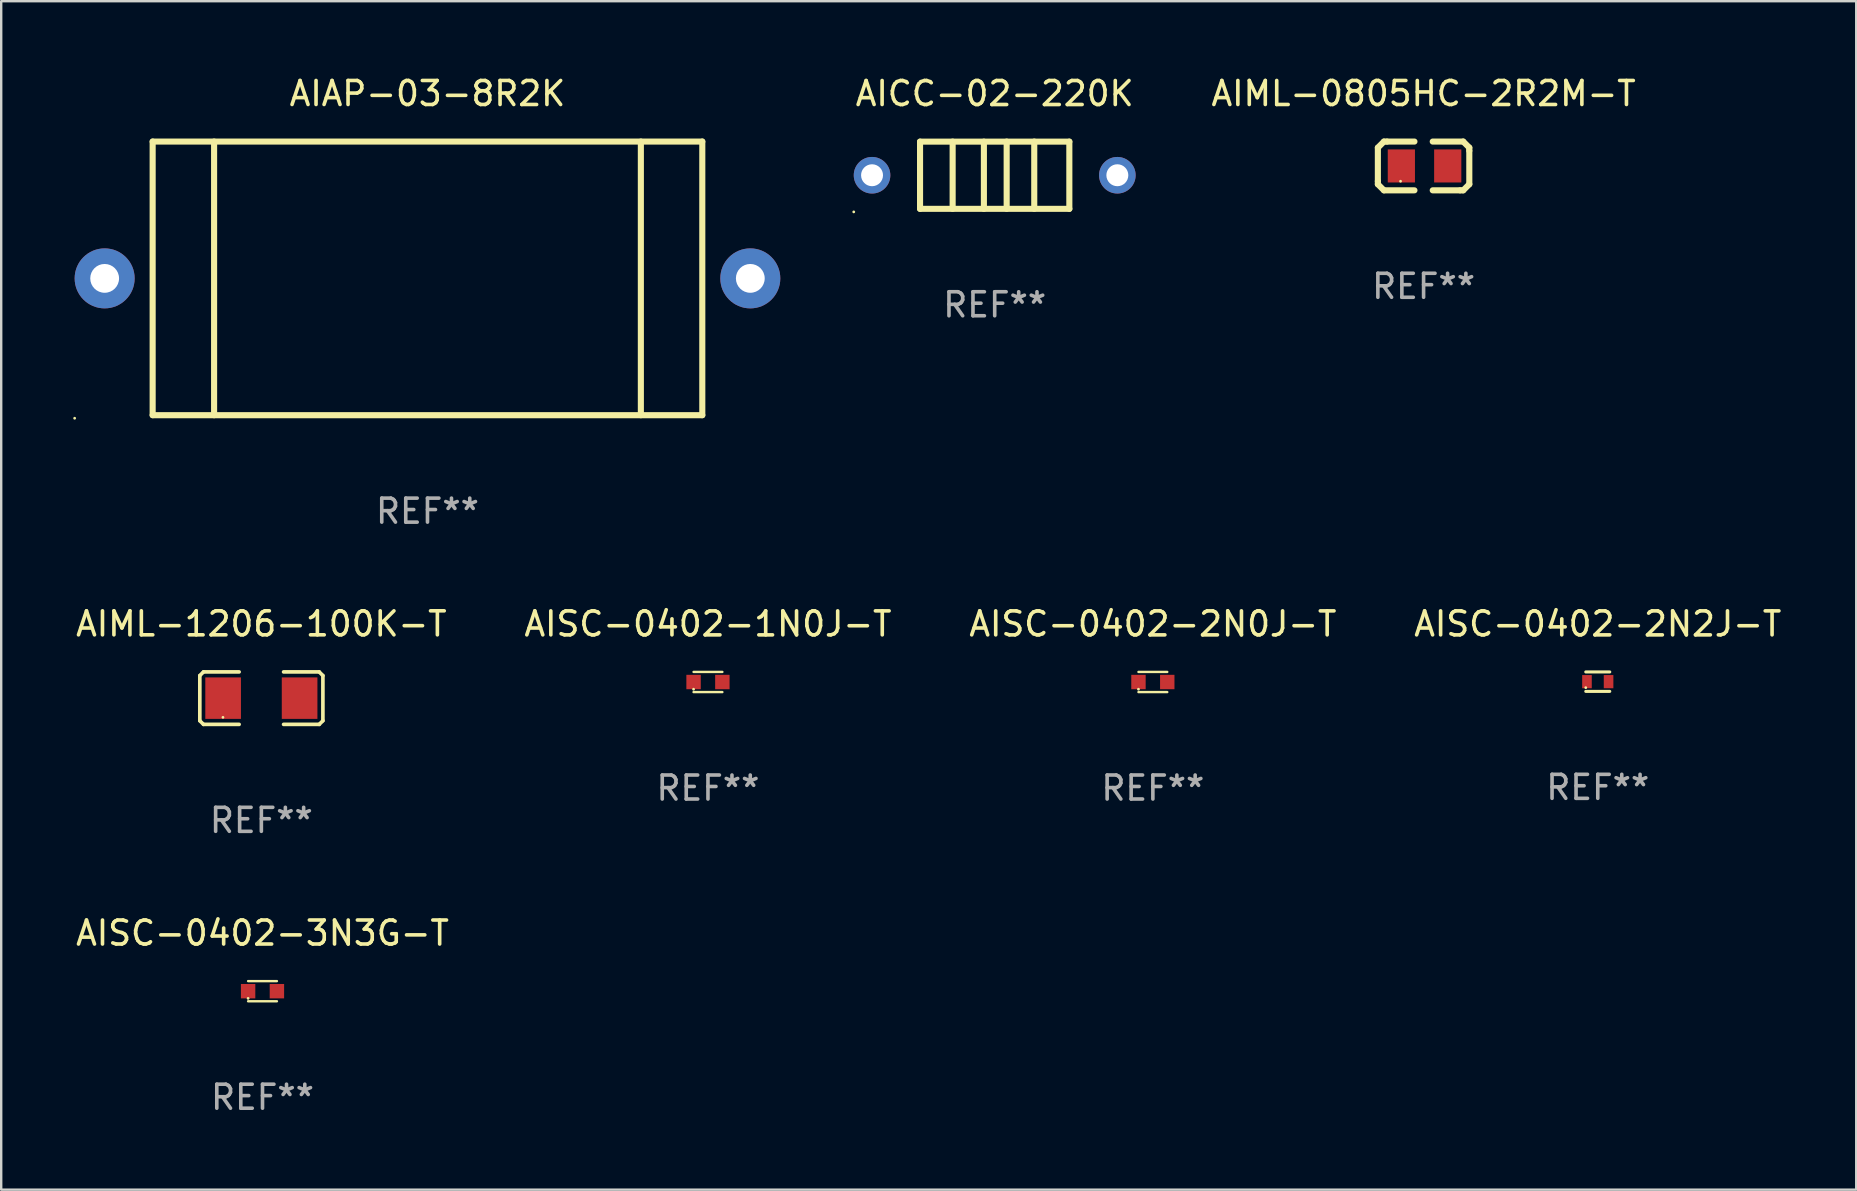
<source format=kicad_pcb>
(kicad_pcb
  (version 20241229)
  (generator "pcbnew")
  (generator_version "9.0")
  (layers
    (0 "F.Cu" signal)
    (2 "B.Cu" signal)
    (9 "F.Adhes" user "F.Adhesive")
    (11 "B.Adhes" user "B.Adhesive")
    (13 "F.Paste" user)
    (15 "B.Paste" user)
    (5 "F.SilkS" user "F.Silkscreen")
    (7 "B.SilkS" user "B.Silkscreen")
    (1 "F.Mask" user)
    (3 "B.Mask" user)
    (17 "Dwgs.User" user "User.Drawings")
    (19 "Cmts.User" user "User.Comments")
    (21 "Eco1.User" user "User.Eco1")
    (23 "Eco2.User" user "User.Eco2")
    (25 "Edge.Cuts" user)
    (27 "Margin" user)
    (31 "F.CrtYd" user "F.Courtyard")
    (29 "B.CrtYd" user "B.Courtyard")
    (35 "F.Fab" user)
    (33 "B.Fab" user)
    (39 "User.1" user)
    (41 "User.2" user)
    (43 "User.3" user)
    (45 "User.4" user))
  (footprint "AIML-1206-100K-T"
    (layer "F.Cu")
    (at 7.839 26.037)
    (property "Reference" "AIML-1206-100K-T" (at 0 -3.093 0) (layer "F.SilkS") (effects (font (size 1 1) (thickness 0.15))))
    (attr through_hole)
    (fp_line (start -2.564 -0.94) (end -2.411 -1.093) (stroke (width 0.152) (type solid)) (layer "F.SilkS"))
    (fp_line (start -2.564 0.94) (end -2.564 -0.94) (stroke (width 0.152) (type solid)) (layer "F.SilkS"))
    (fp_line (start -2.411 -1.093) (end -0.926 -1.093) (stroke (width 0.152) (type solid)) (layer "F.SilkS"))
    (fp_line (start -2.411 1.093) (end -2.564 0.94) (stroke (width 0.152) (type solid)) (layer "F.SilkS"))
    (fp_line (start -0.926 1.093) (end -2.411 1.093) (stroke (width 0.152) (type solid)) (layer "F.SilkS"))
    (fp_line (start 0.926 1.093) (end 2.411 1.093) (stroke (width 0.152) (type solid)) (layer "F.SilkS"))
    (fp_line (start 2.411 -1.093) (end 0.926 -1.093) (stroke (width 0.152) (type solid)) (layer "F.SilkS"))
    (fp_line (start 2.411 1.093) (end 2.564 0.94) (stroke (width 0.152) (type solid)) (layer "F.SilkS"))
    (fp_line (start 2.564 -0.94) (end 2.411 -1.093) (stroke (width 0.152) (type solid)) (layer "F.SilkS"))
    (fp_line (start 2.564 0.94) (end 2.564 -0.94) (stroke (width 0.152) (type solid)) (layer "F.SilkS"))
    (fp_circle (center -1.6 0.8) (end -1.57 0.8) (stroke (width 0.06) (type solid)) (fill no) (layer "F.SilkS"))
    (fp_text user "REF**" (at 0 5.093 0) (layer "F.Fab") (effects (font (size 1 1) (thickness 0.15))))
    (pad "1" smd rect (at -1.593 0) (size 1.485 1.728) (layers "F.Cu" "F.Mask" "F.Paste"))
    (pad "2" smd rect (at 1.593 0) (size 1.485 1.728) (layers "F.Cu" "F.Mask" "F.Paste")))
  (footprint "AIML-0805HC-2R2M-T"
    (layer "F.Cu")
    (at 56.261 3.864)
    (property "Reference" "AIML-0805HC-2R2M-T" (at 0 -3.016 0) (layer "F.SilkS") (effects (font (size 1 1) (thickness 0.15))))
    (attr through_hole)
    (fp_line (start -1.905 -0.762) (end -1.905 0.635) (stroke (width 0.254) (type solid)) (layer "F.SilkS"))
    (fp_line (start -1.905 0.635) (end -1.905 0.762) (stroke (width 0.254) (type solid)) (layer "F.SilkS"))
    (fp_line (start -1.905 0.762) (end -1.651 1.016) (stroke (width 0.254) (type solid)) (layer "F.SilkS"))
    (fp_line (start -1.651 -1.016) (end -1.905 -0.762) (stroke (width 0.254) (type solid)) (layer "F.SilkS"))
    (fp_line (start -1.651 1.016) (end -0.381 1.016) (stroke (width 0.254) (type solid)) (layer "F.SilkS"))
    (fp_line (start -1.524 -1.016) (end -1.651 -1.016) (stroke (width 0.254) (type solid)) (layer "F.SilkS"))
    (fp_line (start -0.381 -1.016) (end -1.524 -1.016) (stroke (width 0.254) (type solid)) (layer "F.SilkS"))
    (fp_line (start 0.381 1.016) (end 1.524 1.016) (stroke (width 0.254) (type solid)) (layer "F.SilkS"))
    (fp_line (start 1.524 1.016) (end 1.651 1.016) (stroke (width 0.254) (type solid)) (layer "F.SilkS"))
    (fp_line (start 1.651 -1.016) (end 0.381 -1.016) (stroke (width 0.254) (type solid)) (layer "F.SilkS"))
    (fp_line (start 1.651 1.016) (end 1.905 0.762) (stroke (width 0.254) (type solid)) (layer "F.SilkS"))
    (fp_line (start 1.905 -0.762) (end 1.651 -1.016) (stroke (width 0.254) (type solid)) (layer "F.SilkS"))
    (fp_line (start 1.905 -0.635) (end 1.905 -0.762) (stroke (width 0.254) (type solid)) (layer "F.SilkS"))
    (fp_line (start 1.905 0.762) (end 1.905 -0.635) (stroke (width 0.254) (type solid)) (layer "F.SilkS"))
    (fp_circle (center -0.96 0.637) (end -0.93 0.637) (stroke (width 0.06) (type solid)) (fill no) (layer "F.SilkS"))
    (fp_text user "REF**" (at 0 5.016 0) (layer "F.Fab") (effects (font (size 1 1) (thickness 0.15))))
    (pad "1" smd rect (at -0.926 -0.000051) (size 1.133 1.377) (layers "F.Cu" "F.Mask" "F.Paste"))
    (pad "2" smd rect (at 1.006 -0.000051) (size 1.133 1.377) (layers "F.Cu" "F.Mask" "F.Paste")))
  (footprint "AIAP-03-8R2K"
    (layer "F.Cu")
    (at 14.76 8.548)
    (property "Reference" "AIAP-03-8R2K" (at 0 -7.7 0) (layer "F.SilkS") (effects (font (size 1 1) (thickness 0.15))))
    (attr through_hole)
    (fp_line (start -11.45 -5.7) (end 11.45 -5.7) (stroke (width 0.254) (type solid)) (layer "F.SilkS"))
    (fp_line (start -11.45 5.7) (end -11.45 -5.7) (stroke (width 0.254) (type solid)) (layer "F.SilkS"))
    (fp_line (start -8.89 5.7) (end -8.89 -5.7) (stroke (width 0.254) (type solid)) (layer "F.SilkS"))
    (fp_line (start 8.89 5.7) (end 8.89 -5.7) (stroke (width 0.254) (type solid)) (layer "F.SilkS"))
    (fp_line (start 11.45 -5.7) (end 11.45 5.7) (stroke (width 0.254) (type solid)) (layer "F.SilkS"))
    (fp_line (start 11.45 5.7) (end -11.45 5.7) (stroke (width 0.254) (type solid)) (layer "F.SilkS"))
    (fp_circle (center -14.7 5.827) (end -14.67 5.827) (stroke (width 0.06) (type solid)) (fill no) (layer "F.SilkS"))
    (fp_text user "REF**" (at 0 9.7 0) (layer "F.Fab") (effects (font (size 1 1) (thickness 0.15))))
    (pad "1" thru_hole circle (at -13.45 0) (size 2.5 2.5) (drill 1.2) (layers "*.Cu" "*.Mask"))
    (pad "2" thru_hole circle (at 13.45 0) (size 2.5 2.5) (drill 1.2) (layers "*.Cu" "*.Mask")))
  (footprint "AISC-0402-2N2J-T"
    (layer "F.Cu")
    (at 63.518 25.35)
    (property "Reference" "AISC-0402-2N2J-T" (at 0 -2.405 0) (layer "F.SilkS") (effects (font (size 1 1) (thickness 0.15))))
    (attr through_hole)
    (fp_line (start -0.5 -0.405) (end 0.5 -0.405) (stroke (width 0.127) (type solid)) (layer "F.SilkS"))
    (fp_line (start -0.5 0.405) (end 0.5 0.405) (stroke (width 0.127) (type solid)) (layer "F.SilkS"))
    (fp_circle (center -0.5 0.25) (end -0.47 0.25) (stroke (width 0.06) (type solid)) (fill no) (layer "F.SilkS"))
    (fp_text user "REF**" (at 0 4.405 0) (layer "F.Fab") (effects (font (size 1 1) (thickness 0.15))))
    (pad "1" smd rect (at -0.45 0 90) (size 0.55 0.4) (layers "F.Cu" "F.Mask" "F.Paste"))
    (pad "2" smd rect (at 0.45 0 90) (size 0.55 0.4) (layers "F.Cu" "F.Mask" "F.Paste")))
  (footprint "AISC-0402-2N0J-T"
    (layer "F.Cu")
    (at 44.982 25.365)
    (property "Reference" "AISC-0402-2N0J-T" (at 0 -2.42 0) (layer "F.SilkS") (effects (font (size 1 1) (thickness 0.15))))
    (attr through_hole)
    (fp_line (start -0.6 -0.42) (end 0.6 -0.42) (stroke (width 0.1) (type solid)) (layer "F.SilkS"))
    (fp_line (start -0.6 0.42) (end 0.6 0.42) (stroke (width 0.1) (type solid)) (layer "F.SilkS"))
    (fp_circle (center -0.6 0.3) (end -0.57 0.3) (stroke (width 0.06) (type solid)) (fill no) (layer "F.SilkS"))
    (fp_text user "REF**" (at 0 4.42 0) (layer "F.Fab") (effects (font (size 1 1) (thickness 0.15))))
    (pad "1" smd rect (at -0.6 0) (size 0.6 0.6) (layers "F.Cu" "F.Mask" "F.Paste"))
    (pad "2" smd rect (at 0.6 0) (size 0.6 0.6) (layers "F.Cu" "F.Mask" "F.Paste")))
  (footprint "AICC-02-220K"
    (layer "F.Cu")
    (at 38.392 4.25)
    (property "Reference" "AICC-02-220K" (at 0 -3.401 0) (layer "F.SilkS") (effects (font (size 1 1) (thickness 0.15))))
    (attr through_hole)
    (fp_line (start -3.11 -1.399) (end 3.11 -1.399) (stroke (width 0.254) (type solid)) (layer "F.SilkS"))
    (fp_line (start -3.11 1.401) (end -3.11 -1.399) (stroke (width 0.254) (type solid)) (layer "F.SilkS"))
    (fp_line (start -1.752 1.4) (end -1.752 -1.4) (stroke (width 0.254) (type solid)) (layer "F.SilkS"))
    (fp_line (start -0.45 1.401) (end -0.45 -1.398) (stroke (width 0.254) (type solid)) (layer "F.SilkS"))
    (fp_line (start 0.499 1.399) (end 0.499 -1.401) (stroke (width 0.254) (type solid)) (layer "F.SilkS"))
    (fp_line (start 1.648 1.399) (end 1.648 -1.401) (stroke (width 0.254) (type solid)) (layer "F.SilkS"))
    (fp_line (start 3.11 -1.399) (end 3.11 1.401) (stroke (width 0.254) (type solid)) (layer "F.SilkS"))
    (fp_line (start 3.11 1.401) (end -3.11 1.401) (stroke (width 0.254) (type solid)) (layer "F.SilkS"))
    (fp_circle (center -5.872 1.528) (end -5.842 1.528) (stroke (width 0.06) (type solid)) (fill no) (layer "F.SilkS"))
    (fp_text user "REF**" (at 0 5.401 0) (layer "F.Fab") (effects (font (size 1 1) (thickness 0.15))))
    (pad "1" thru_hole circle (at -5.11 0.001) (size 1.524 1.524) (drill 0.914) (layers "*.Cu" "*.Mask"))
    (pad "2" thru_hole circle (at 5.11 0.001) (size 1.524 1.524) (drill 0.914) (layers "*.Cu" "*.Mask")))
  (footprint "AISC-0402-3N3G-T"
    (layer "F.Cu")
    (at 7.887 38.246)
    (property "Reference" "AISC-0402-3N3G-T" (at 0 -2.42 0) (layer "F.SilkS") (effects (font (size 1 1) (thickness 0.15))))
    (attr through_hole)
    (fp_line (start -0.6 -0.42) (end 0.6 -0.42) (stroke (width 0.1) (type solid)) (layer "F.SilkS"))
    (fp_line (start -0.6 0.42) (end 0.6 0.42) (stroke (width 0.1) (type solid)) (layer "F.SilkS"))
    (fp_circle (center -0.6 0.3) (end -0.57 0.3) (stroke (width 0.06) (type solid)) (fill no) (layer "F.SilkS"))
    (fp_text user "REF**" (at 0 4.42 0) (layer "F.Fab") (effects (font (size 1 1) (thickness 0.15))))
    (pad "1" smd rect (at -0.6 0) (size 0.6 0.6) (layers "F.Cu" "F.Mask" "F.Paste"))
    (pad "2" smd rect (at 0.6 0) (size 0.6 0.6) (layers "F.Cu" "F.Mask" "F.Paste")))
  (footprint "AISC-0402-1N0J-T"
    (layer "F.Cu")
    (at 26.446 25.365)
    (property "Reference" "AISC-0402-1N0J-T" (at 0 -2.42 0) (layer "F.SilkS") (effects (font (size 1 1) (thickness 0.15))))
    (attr through_hole)
    (fp_line (start -0.6 -0.42) (end 0.6 -0.42) (stroke (width 0.1) (type solid)) (layer "F.SilkS"))
    (fp_line (start -0.6 0.42) (end 0.6 0.42) (stroke (width 0.1) (type solid)) (layer "F.SilkS"))
    (fp_circle (center -0.6 0.3) (end -0.57 0.3) (stroke (width 0.06) (type solid)) (fill no) (layer "F.SilkS"))
    (fp_text user "REF**" (at 0 4.42 0) (layer "F.Fab") (effects (font (size 1 1) (thickness 0.15))))
    (pad "1" smd rect (at -0.6 0) (size 0.6 0.6) (layers "F.Cu" "F.Mask" "F.Paste"))
    (pad "2" smd rect (at 0.6 0) (size 0.6 0.6) (layers "F.Cu" "F.Mask" "F.Paste")))
  (gr_rect
    (start -3 -3)
    (end 74.286 46.515)
    (stroke (width 0.1) (type default))
    (fill no)
    (layer "Edge.Cuts")))
</source>
